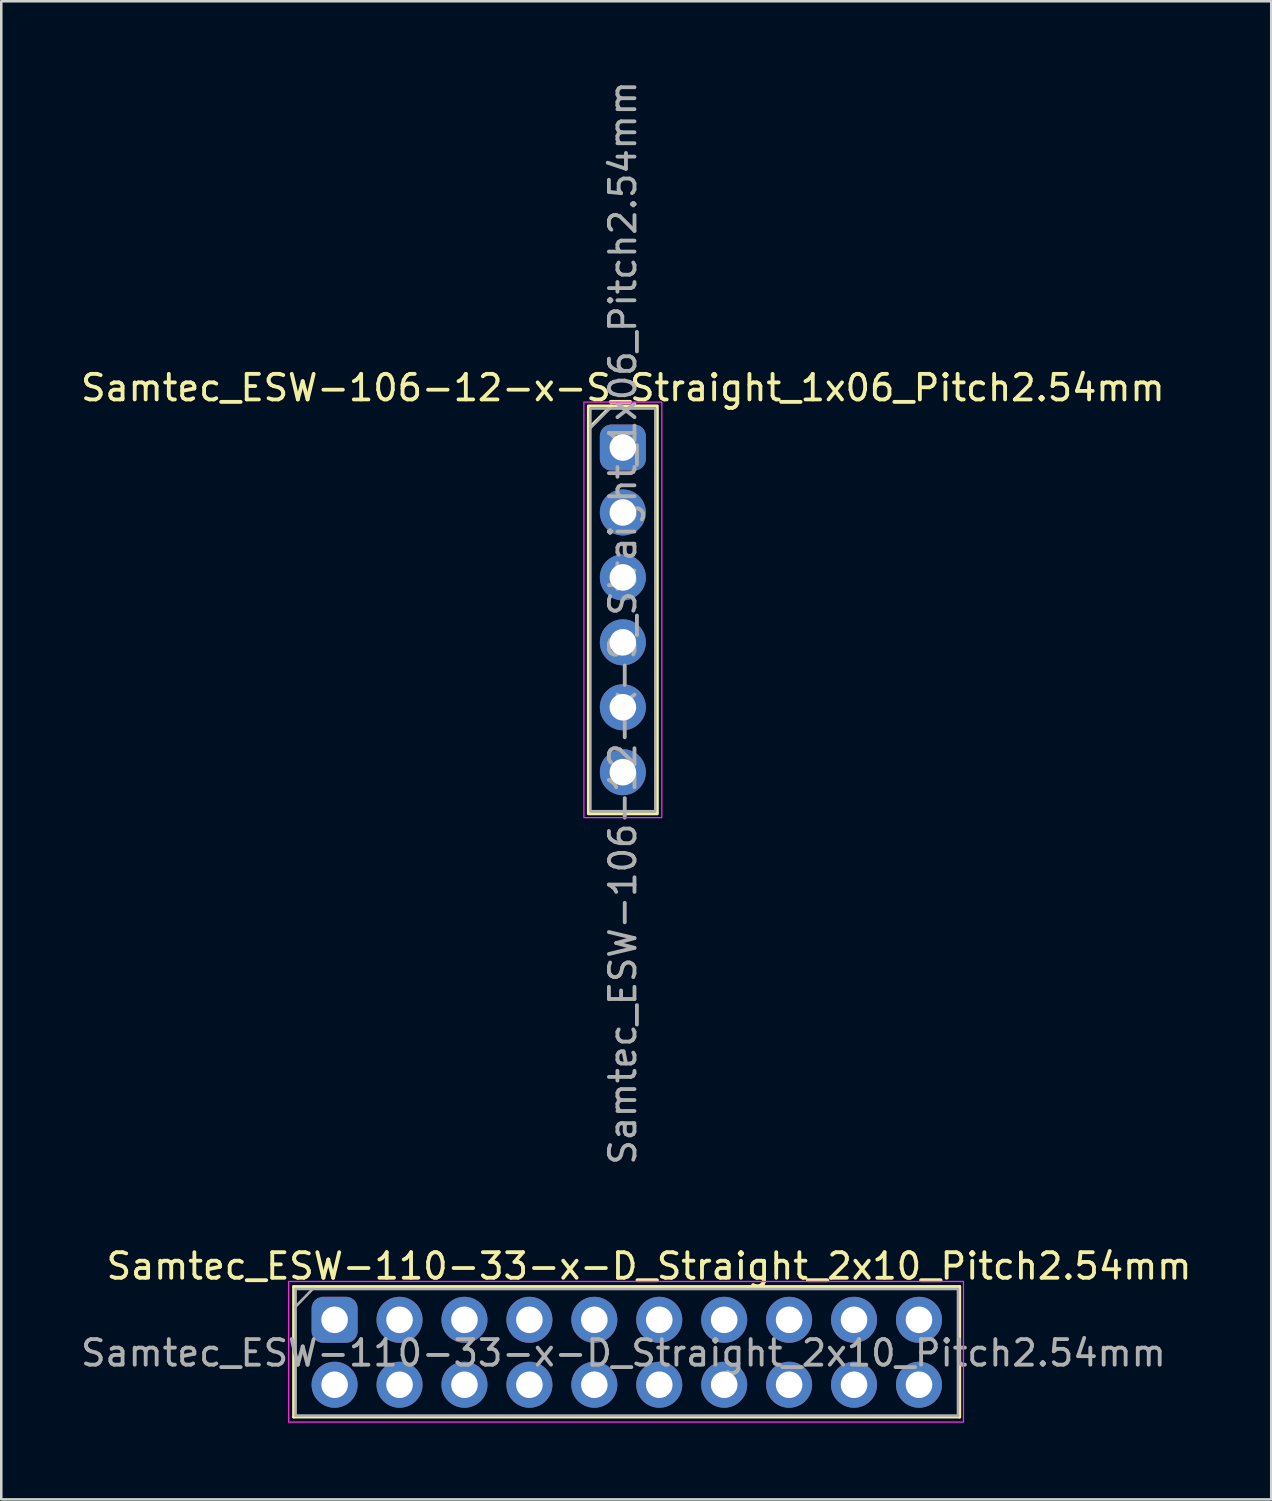
<source format=kicad_pcb>
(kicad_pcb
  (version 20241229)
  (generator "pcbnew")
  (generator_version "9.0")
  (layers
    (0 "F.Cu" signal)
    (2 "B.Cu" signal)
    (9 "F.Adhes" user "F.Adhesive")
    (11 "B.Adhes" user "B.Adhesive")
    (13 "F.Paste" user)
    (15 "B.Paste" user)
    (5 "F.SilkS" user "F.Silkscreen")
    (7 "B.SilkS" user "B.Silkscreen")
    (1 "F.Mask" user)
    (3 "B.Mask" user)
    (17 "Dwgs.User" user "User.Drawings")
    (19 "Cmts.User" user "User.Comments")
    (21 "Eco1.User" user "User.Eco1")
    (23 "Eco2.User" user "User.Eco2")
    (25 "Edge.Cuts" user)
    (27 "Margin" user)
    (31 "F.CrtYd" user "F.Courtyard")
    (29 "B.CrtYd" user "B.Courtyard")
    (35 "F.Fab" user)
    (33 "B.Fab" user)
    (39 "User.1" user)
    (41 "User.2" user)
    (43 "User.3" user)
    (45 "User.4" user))
  (footprint "Samtec_ESW-106-12-x-S_Straight_1x06_Pitch2.54mm"
    (layer "F.Cu")
    (at 21.315 14.457)
    (property "Reference" "Samtec_ESW-106-12-x-S_Straight_1x06_Pitch2.54mm" (at 0 -2.337 0) (unlocked yes) (layer "F.SilkS") (effects (font (size 1 1) (thickness 0.15))))
    (attr through_hole)
    (fp_line (start -1.321 -0.762) (end -0.457 -1.626) (stroke (width 0.12) (type default)) (layer "F.SilkS"))
    (fp_rect (start -1.346 14.326) (end 1.346 -1.626) (stroke (width 0.12) (type default)) (fill no) (layer "F.SilkS"))
    (fp_rect (start -1.524 14.478) (end 1.524 -1.778) (stroke (width 0.05) (type default)) (fill no) (layer "F.CrtYd"))
    (fp_line (start -1.27 -0.762) (end -0.508 -1.524) (stroke (width 0.1) (type default)) (layer "F.Fab"))
    (fp_rect (start -1.27 -1.525) (end 1.27 14.225) (stroke (width 0.1) (type default)) (fill no) (layer "F.Fab"))
    (fp_text user "${REFERENCE}" (at 0 6.858 90) (unlocked yes) (layer "F.Fab") (effects (font (size 1 1) (thickness 0.15))))
    (pad "1" thru_hole roundrect (at 0 0) (size 1.8 1.8) (drill 1.04) (layers "*.Cu" "*.Mask") (roundrect_rratio 0.25))
    (pad "2" thru_hole circle (at 0 2.54) (size 1.8 1.8) (drill 1.04) (layers "*.Cu" "*.Mask"))
    (pad "3" thru_hole circle (at 0 5.08) (size 1.8 1.8) (drill 1.04) (layers "*.Cu" "*.Mask"))
    (pad "4" thru_hole circle (at 0 7.62) (size 1.8 1.8) (drill 1.04) (layers "*.Cu" "*.Mask"))
    (pad "5" thru_hole circle (at 0 10.16) (size 1.8 1.8) (drill 1.04) (layers "*.Cu" "*.Mask"))
    (pad "6" thru_hole circle (at 0 12.7) (size 1.8 1.8) (drill 1.04) (layers "*.Cu" "*.Mask")))
  (footprint "Samtec_ESW-110-33-x-D_Straight_2x10_Pitch2.54mm"
    (layer "F.Cu")
    (at 10.039 48.579)
    (property "Reference" "Samtec_ESW-110-33-x-D_Straight_2x10_Pitch2.54mm" (at 12.3 -2.1 0) (unlocked yes) (layer "F.SilkS") (effects (font (size 1 1) (thickness 0.15))))
    (attr through_hole)
    (fp_line (start -1.6 -1.3) (end 24.45 -1.3) (stroke (width 0.12) (type default)) (layer "F.SilkS"))
    (fp_line (start -1.6 3.8) (end -1.6 -1.3) (stroke (width 0.12) (type default)) (layer "F.SilkS"))
    (fp_line (start 24.45 -1.3) (end 24.45 3.8) (stroke (width 0.12) (type default)) (layer "F.SilkS"))
    (fp_line (start 24.45 3.8) (end -1.6 3.8) (stroke (width 0.12) (type default)) (layer "F.SilkS"))
    (fp_rect (start -1.8 -1.5) (end 24.6 4) (stroke (width 0.05) (type default)) (fill no) (layer "F.CrtYd"))
    (fp_line (start -1.542 -0.5) (end -0.858 -1.205) (stroke (width 0.1) (type default)) (layer "F.Fab"))
    (fp_line (start -1.525 -1.205) (end -1.525 3.745) (stroke (width 0.1) (type default)) (layer "F.Fab"))
    (fp_line (start -1.525 -1.205) (end 24.385 -1.205) (stroke (width 0.1) (type default)) (layer "F.Fab"))
    (fp_line (start -1.525 3.745) (end 24.385 3.745) (stroke (width 0.1) (type default)) (layer "F.Fab"))
    (fp_line (start 24.385 -1.205) (end 24.385 3.745) (stroke (width 0.1) (type default)) (layer "F.Fab"))
    (fp_text user "${REFERENCE}" (at 11.3 1.3 0) (unlocked yes) (layer "F.Fab") (effects (font (size 1 1) (thickness 0.15))))
    (pad "1" thru_hole roundrect (at 0 0) (size 1.8 1.8) (drill 1.04) (layers "*.Cu" "*.Mask") (roundrect_rratio 0.25))
    (pad "2" thru_hole circle (at 0 2.54) (size 1.8 1.8) (drill 1.04) (layers "*.Cu" "*.Mask"))
    (pad "3" thru_hole circle (at 2.54 0) (size 1.8 1.8) (drill 1.04) (layers "*.Cu" "*.Mask"))
    (pad "4" thru_hole circle (at 2.54 2.54) (size 1.8 1.8) (drill 1.04) (layers "*.Cu" "*.Mask"))
    (pad "5" thru_hole circle (at 5.08 0) (size 1.8 1.8) (drill 1.04) (layers "*.Cu" "*.Mask"))
    (pad "6" thru_hole circle (at 5.08 2.54) (size 1.8 1.8) (drill 1.04) (layers "*.Cu" "*.Mask"))
    (pad "7" thru_hole circle (at 7.62 0) (size 1.8 1.8) (drill 1.04) (layers "*.Cu" "*.Mask"))
    (pad "8" thru_hole circle (at 7.62 2.54) (size 1.8 1.8) (drill 1.04) (layers "*.Cu" "*.Mask"))
    (pad "9" thru_hole circle (at 10.16 0) (size 1.8 1.8) (drill 1.04) (layers "*.Cu" "*.Mask"))
    (pad "10" thru_hole circle (at 10.16 2.54) (size 1.8 1.8) (drill 1.04) (layers "*.Cu" "*.Mask"))
    (pad "11" thru_hole circle (at 12.7 0) (size 1.8 1.8) (drill 1.04) (layers "*.Cu" "*.Mask"))
    (pad "12" thru_hole circle (at 12.7 2.54) (size 1.8 1.8) (drill 1.04) (layers "*.Cu" "*.Mask"))
    (pad "13" thru_hole circle (at 15.24 0) (size 1.8 1.8) (drill 1.04) (layers "*.Cu" "*.Mask"))
    (pad "14" thru_hole circle (at 15.24 2.54) (size 1.8 1.8) (drill 1.04) (layers "*.Cu" "*.Mask"))
    (pad "15" thru_hole circle (at 17.78 0) (size 1.8 1.8) (drill 1.04) (layers "*.Cu" "*.Mask"))
    (pad "16" thru_hole circle (at 17.78 2.54) (size 1.8 1.8) (drill 1.04) (layers "*.Cu" "*.Mask"))
    (pad "17" thru_hole circle (at 20.32 0) (size 1.8 1.8) (drill 1.04) (layers "*.Cu" "*.Mask"))
    (pad "18" thru_hole circle (at 20.32 2.54) (size 1.8 1.8) (drill 1.04) (layers "*.Cu" "*.Mask"))
    (pad "19" thru_hole circle (at 22.86 0) (size 1.8 1.8) (drill 1.04) (layers "*.Cu" "*.Mask"))
    (pad "20" thru_hole circle (at 22.86 2.54) (size 1.8 1.8) (drill 1.04) (layers "*.Cu" "*.Mask")))
  (gr_rect
    (start -3 -3)
    (end 46.679 55.604)
    (stroke (width 0.1) (type default))
    (fill no)
    (layer "Edge.Cuts")))
</source>
